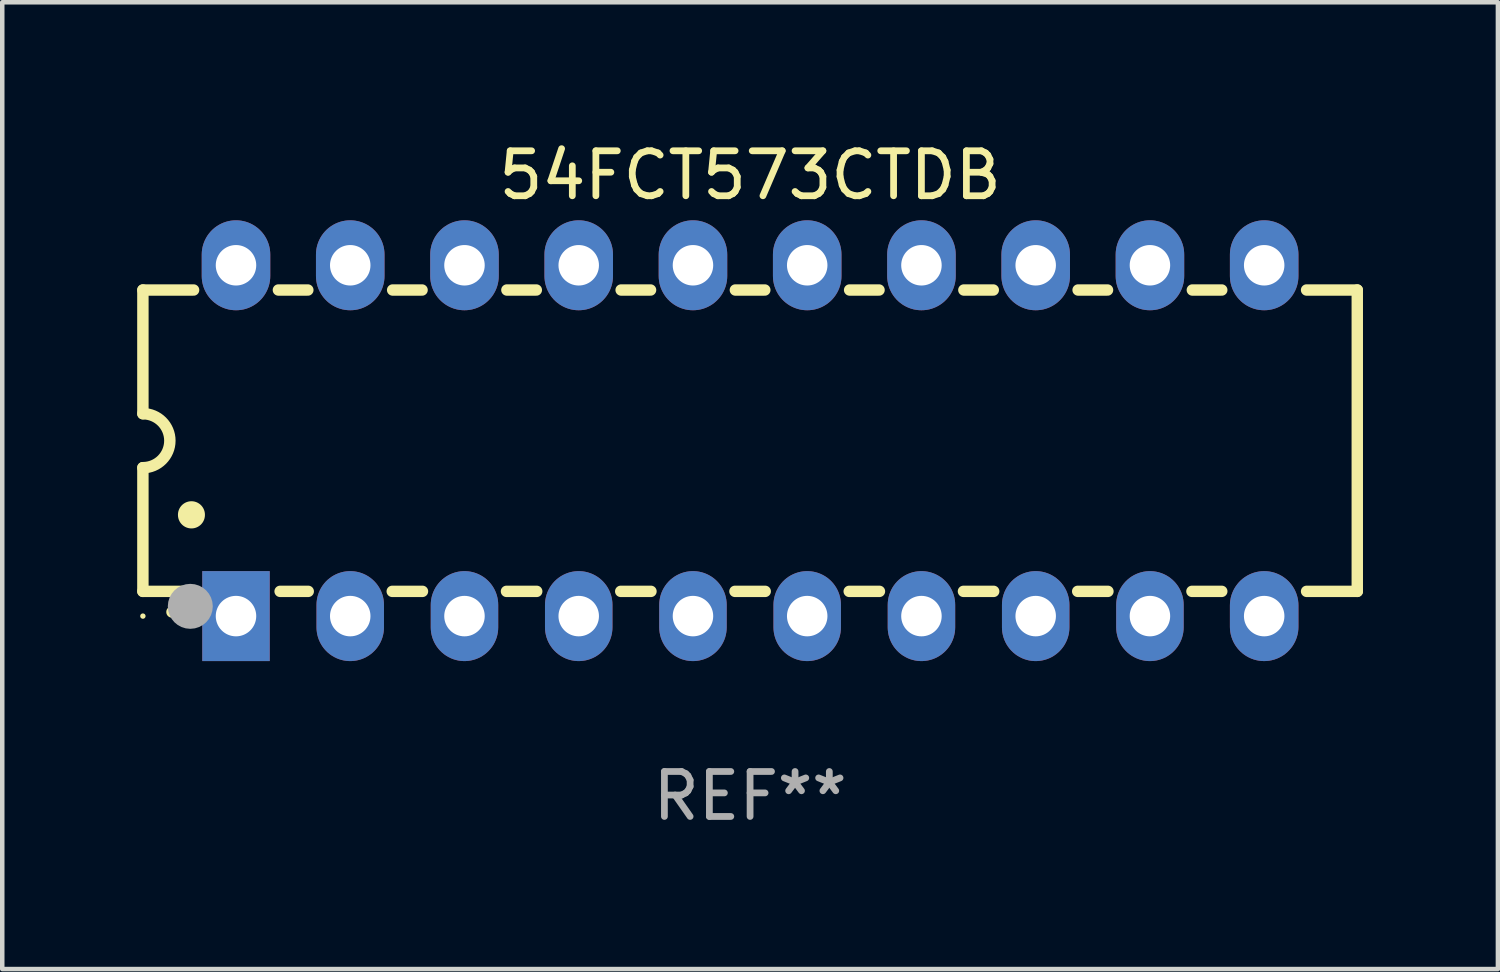
<source format=kicad_pcb>
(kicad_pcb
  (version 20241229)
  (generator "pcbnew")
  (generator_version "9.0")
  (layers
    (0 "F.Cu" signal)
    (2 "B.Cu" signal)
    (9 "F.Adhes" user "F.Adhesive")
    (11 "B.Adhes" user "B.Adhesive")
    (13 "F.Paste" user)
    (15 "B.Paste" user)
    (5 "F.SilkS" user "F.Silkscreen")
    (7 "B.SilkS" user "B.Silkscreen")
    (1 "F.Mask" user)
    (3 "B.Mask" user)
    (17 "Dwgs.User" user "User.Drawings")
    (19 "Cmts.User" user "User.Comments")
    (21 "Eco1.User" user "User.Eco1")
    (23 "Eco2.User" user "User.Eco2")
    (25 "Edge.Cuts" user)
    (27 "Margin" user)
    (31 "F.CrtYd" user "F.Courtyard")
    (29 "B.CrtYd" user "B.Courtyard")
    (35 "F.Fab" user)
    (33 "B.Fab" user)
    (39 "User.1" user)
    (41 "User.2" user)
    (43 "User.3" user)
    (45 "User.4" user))
  (footprint "54FCT573CTDB"
    (layer "F.Cu")
    (at 13.627 6.748)
    (property "Reference" "54FCT573CTDB" (at 0 -5.9 0) (layer "F.SilkS") (effects (font (size 1 1) (thickness 0.15))))
    (attr through_hole)
    (fp_line (start -13.5 -3.35) (end -12.373 -3.35) (stroke (width 0.254) (type solid)) (layer "F.SilkS"))
    (fp_line (start -13.5 -0.6) (end -13.5 -3.35) (stroke (width 0.254) (type solid)) (layer "F.SilkS"))
    (fp_line (start -13.5 3.35) (end -13.5 0.6) (stroke (width 0.254) (type solid)) (layer "F.SilkS"))
    (fp_line (start -13.5 3.35) (end -12.411 3.35) (stroke (width 0.254) (type solid)) (layer "F.SilkS"))
    (fp_line (start -10.487 -3.35) (end -9.833 -3.35) (stroke (width 0.254) (type solid)) (layer "F.SilkS"))
    (fp_line (start -10.449 3.35) (end -9.824 3.35) (stroke (width 0.254) (type solid)) (layer "F.SilkS"))
    (fp_line (start -7.956 3.35) (end -7.284 3.35) (stroke (width 0.254) (type solid)) (layer "F.SilkS"))
    (fp_line (start -7.947 -3.35) (end -7.293 -3.35) (stroke (width 0.254) (type solid)) (layer "F.SilkS"))
    (fp_line (start -5.416 3.35) (end -4.744 3.35) (stroke (width 0.254) (type solid)) (layer "F.SilkS"))
    (fp_line (start -5.407 -3.35) (end -4.753 -3.35) (stroke (width 0.254) (type solid)) (layer "F.SilkS"))
    (fp_line (start -2.876 3.35) (end -2.204 3.35) (stroke (width 0.254) (type solid)) (layer "F.SilkS"))
    (fp_line (start -2.867 -3.35) (end -2.213 -3.35) (stroke (width 0.254) (type solid)) (layer "F.SilkS"))
    (fp_line (start -0.336 3.35) (end 0.336 3.35) (stroke (width 0.254) (type solid)) (layer "F.SilkS"))
    (fp_line (start -0.327 -3.35) (end 0.327 -3.35) (stroke (width 0.254) (type solid)) (layer "F.SilkS"))
    (fp_line (start 2.204 3.35) (end 2.876 3.35) (stroke (width 0.254) (type solid)) (layer "F.SilkS"))
    (fp_line (start 2.213 -3.35) (end 2.867 -3.35) (stroke (width 0.254) (type solid)) (layer "F.SilkS"))
    (fp_line (start 4.744 3.35) (end 5.416 3.35) (stroke (width 0.254) (type solid)) (layer "F.SilkS"))
    (fp_line (start 4.753 -3.35) (end 5.407 -3.35) (stroke (width 0.254) (type solid)) (layer "F.SilkS"))
    (fp_line (start 7.284 3.35) (end 7.956 3.35) (stroke (width 0.254) (type solid)) (layer "F.SilkS"))
    (fp_line (start 7.293 -3.35) (end 7.947 -3.35) (stroke (width 0.254) (type solid)) (layer "F.SilkS"))
    (fp_line (start 9.824 3.35) (end 10.487 3.35) (stroke (width 0.254) (type solid)) (layer "F.SilkS"))
    (fp_line (start 9.833 -3.35) (end 10.487 -3.35) (stroke (width 0.254) (type solid)) (layer "F.SilkS"))
    (fp_line (start 12.373 -3.35) (end 13.5 -3.35) (stroke (width 0.254) (type solid)) (layer "F.SilkS"))
    (fp_line (start 12.373 3.35) (end 13.5 3.35) (stroke (width 0.254) (type solid)) (layer "F.SilkS"))
    (fp_line (start 13.5 -3.35) (end 13.5 3.35) (stroke (width 0.254) (type solid)) (layer "F.SilkS"))
    (fp_arc (start -13.500127 -0.599442) (mid -12.900406 0.000228) (end -13.500025 0.6) (stroke (width 0.254001) (type solid)) (layer "F.SilkS"))
    (fp_arc (start -12.854966 3.810008) (mid -12.854973 3.808738) (end -12.854966 3.807468) (stroke (width 0.25) (type solid)) (layer "F.SilkS"))
    (fp_arc (start -12.420625 1.651003) (mid -12.420636 1.648463) (end -12.420625 1.645923) (stroke (width 0.6) (type solid)) (layer "F.SilkS"))
    (fp_circle (center -13.5 3.9) (end -13.47 3.9) (stroke (width 0.06) (type solid)) (fill no) (layer "F.SilkS"))
    (fp_circle (center -12.446 3.683) (end -12.196 3.683) (stroke (width 0.5) (type solid)) (fill no) (layer "F.Fab"))
    (fp_text user "REF**" (at 0 7.9 0) (layer "F.Fab") (effects (font (size 1 1) (thickness 0.15))))
    (pad "1" thru_hole rect (at -11.43 3.9 90) (size 2 1.5) (drill 0.9) (layers "*.Cu" "*.Mask"))
    (pad "2" thru_hole oval (at -8.89 3.9 90) (size 2 1.5) (drill 0.9) (layers "*.Cu" "*.Mask"))
    (pad "3" thru_hole oval (at -6.35 3.9 90) (size 2 1.5) (drill 0.9) (layers "*.Cu" "*.Mask"))
    (pad "4" thru_hole oval (at -3.81 3.9 90) (size 2 1.5) (drill 0.9) (layers "*.Cu" "*.Mask"))
    (pad "5" thru_hole oval (at -1.27 3.9 90) (size 2 1.5) (drill 0.9) (layers "*.Cu" "*.Mask"))
    (pad "6" thru_hole oval (at 1.27 3.9 90) (size 2 1.5) (drill 0.9) (layers "*.Cu" "*.Mask"))
    (pad "7" thru_hole oval (at 3.81 3.9 90) (size 2 1.5) (drill 0.9) (layers "*.Cu" "*.Mask"))
    (pad "8" thru_hole oval (at 6.35 3.9 90) (size 2 1.5) (drill 0.9) (layers "*.Cu" "*.Mask"))
    (pad "9" thru_hole oval (at 8.89 3.9 90) (size 2 1.5) (drill 0.9) (layers "*.Cu" "*.Mask"))
    (pad "10" thru_hole oval (at 11.43 3.9 90) (size 2 1.524) (drill 0.9) (layers "*.Cu" "*.Mask"))
    (pad "11" thru_hole oval (at 11.43 -3.9 90) (size 2 1.524) (drill 0.9) (layers "*.Cu" "*.Mask"))
    (pad "12" thru_hole oval (at 8.89 -3.9 90) (size 2 1.524) (drill 0.9) (layers "*.Cu" "*.Mask"))
    (pad "13" thru_hole oval (at 6.35 -3.9 90) (size 2 1.524) (drill 0.9) (layers "*.Cu" "*.Mask"))
    (pad "14" thru_hole oval (at 3.81 -3.9 90) (size 2 1.524) (drill 0.9) (layers "*.Cu" "*.Mask"))
    (pad "15" thru_hole oval (at 1.27 -3.9 90) (size 2 1.524) (drill 0.9) (layers "*.Cu" "*.Mask"))
    (pad "16" thru_hole oval (at -1.27 -3.9 90) (size 2 1.524) (drill 0.9) (layers "*.Cu" "*.Mask"))
    (pad "17" thru_hole oval (at -3.81 -3.9 90) (size 2 1.524) (drill 0.9) (layers "*.Cu" "*.Mask"))
    (pad "18" thru_hole oval (at -6.35 -3.9 90) (size 2 1.524) (drill 0.9) (layers "*.Cu" "*.Mask"))
    (pad "19" thru_hole oval (at -8.89 -3.9 90) (size 2 1.524) (drill 0.9) (layers "*.Cu" "*.Mask"))
    (pad "20" thru_hole oval (at -11.43 -3.9 90) (size 2 1.524) (drill 0.9) (layers "*.Cu" "*.Mask")))
  (gr_rect
    (start -3 -3)
    (end 30.254 18.496)
    (stroke (width 0.1) (type default))
    (fill no)
    (layer "Edge.Cuts")))
</source>
